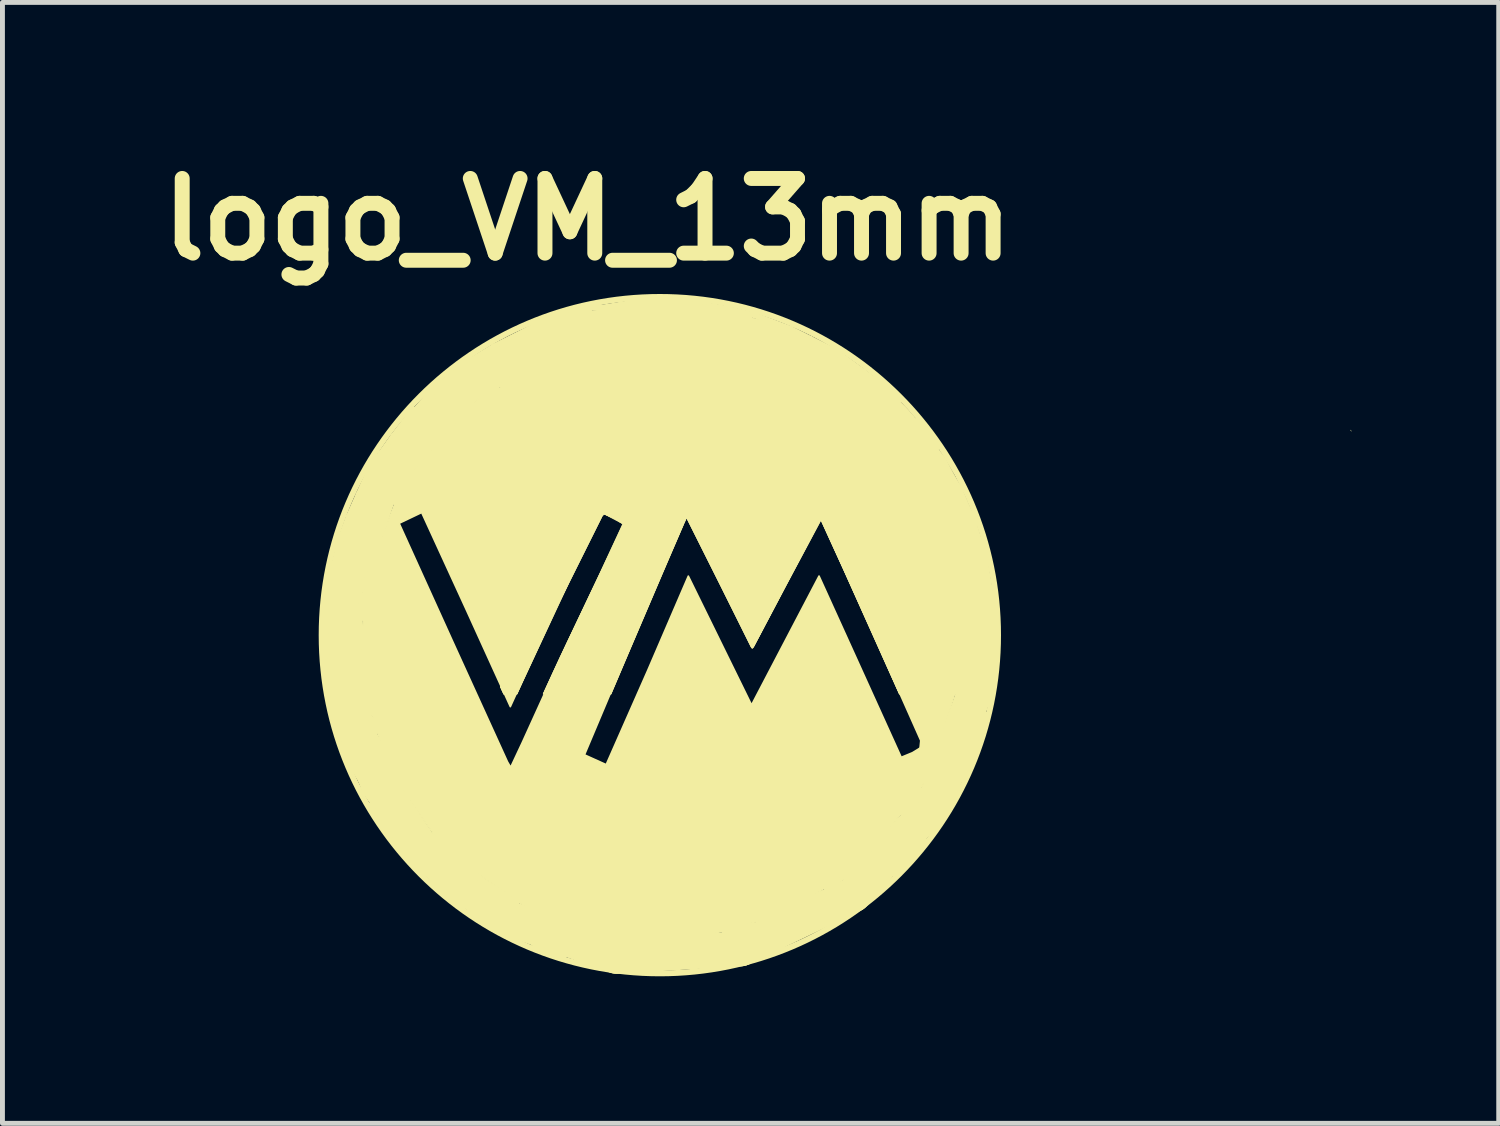
<source format=kicad_pcb>
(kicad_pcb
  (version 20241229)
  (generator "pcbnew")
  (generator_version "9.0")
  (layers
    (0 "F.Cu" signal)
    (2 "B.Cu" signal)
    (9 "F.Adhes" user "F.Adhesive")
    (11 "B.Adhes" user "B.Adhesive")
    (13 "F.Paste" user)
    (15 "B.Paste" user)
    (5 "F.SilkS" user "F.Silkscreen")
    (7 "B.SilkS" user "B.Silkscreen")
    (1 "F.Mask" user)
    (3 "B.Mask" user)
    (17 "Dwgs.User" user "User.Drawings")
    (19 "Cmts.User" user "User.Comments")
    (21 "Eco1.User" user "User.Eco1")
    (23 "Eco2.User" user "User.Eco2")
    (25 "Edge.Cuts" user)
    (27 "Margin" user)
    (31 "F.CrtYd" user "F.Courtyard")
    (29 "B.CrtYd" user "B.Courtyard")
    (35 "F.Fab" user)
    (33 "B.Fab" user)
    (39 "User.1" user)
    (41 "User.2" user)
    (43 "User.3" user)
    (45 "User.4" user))
  (footprint "logo_VM_13mm"
    (layer "F.Cu")
    (at 3.251 2.823)
    (property "Reference" "logo_VM_13mm" (at 5.69 -1.397 0) (layer "F.SilkS") (effects (font (size 1.524 1.524) (thickness 0.305))))
    (attr exclude_from_pos_files exclude_from_bom)
    (fp_line (start 0.33 6.985) (end 0.356 7.29) (stroke (width 0.12) (type solid)) (layer "F.SilkS"))
    (fp_line (start 0.356 7.29) (end 0.381 7.671) (stroke (width 0.12) (type solid)) (layer "F.SilkS"))
    (fp_line (start 0.381 7.671) (end 0.406 8.052) (stroke (width 0.12) (type solid)) (layer "F.SilkS"))
    (fp_line (start 0.406 6.045) (end 0.33 6.985) (stroke (width 0.12) (type solid)) (layer "F.SilkS"))
    (fp_line (start 0.406 7.036) (end 0.457 7.95) (stroke (width 0.12) (type solid)) (layer "F.SilkS"))
    (fp_line (start 0.406 8.052) (end 0.508 8.534) (stroke (width 0.12) (type solid)) (layer "F.SilkS"))
    (fp_line (start 0.432 5.994) (end 0.406 6.045) (stroke (width 0.12) (type solid)) (layer "F.SilkS"))
    (fp_line (start 0.432 7.01) (end 0.406 6.934) (stroke (width 0.12) (type solid)) (layer "F.SilkS"))
    (fp_line (start 0.432 8.077) (end 0.457 8.077) (stroke (width 0.12) (type solid)) (layer "F.SilkS"))
    (fp_line (start 0.483 5.791) (end 0.432 5.994) (stroke (width 0.12) (type solid)) (layer "F.SilkS"))
    (fp_line (start 0.483 7.976) (end 0.483 8.001) (stroke (width 0.12) (type solid)) (layer "F.SilkS"))
    (fp_line (start 0.508 8.534) (end 0.762 9.5) (stroke (width 0.12) (type solid)) (layer "F.SilkS"))
    (fp_line (start 0.559 5.563) (end 0.787 4.978) (stroke (width 0.12) (type solid)) (layer "F.SilkS"))
    (fp_line (start 0.635 5.156) (end 0.483 5.791) (stroke (width 0.12) (type solid)) (layer "F.SilkS"))
    (fp_line (start 0.708 6.264) (end 0.862 8.807) (stroke (width 0.719) (type solid)) (layer "F.SilkS"))
    (fp_line (start 0.762 9.5) (end 0.889 9.754) (stroke (width 0.12) (type solid)) (layer "F.SilkS"))
    (fp_line (start 0.813 4.674) (end 0.635 5.156) (stroke (width 0.12) (type solid)) (layer "F.SilkS"))
    (fp_line (start 0.813 4.953) (end 0.787 4.877) (stroke (width 0.12) (type solid)) (layer "F.SilkS"))
    (fp_line (start 0.862 8.807) (end 1.965 11.103) (stroke (width 0.719) (type solid)) (layer "F.SilkS"))
    (fp_line (start 0.889 9.754) (end 1.067 10.058) (stroke (width 0.12) (type solid)) (layer "F.SilkS"))
    (fp_line (start 0.914 4.623) (end 0.813 4.953) (stroke (width 0.12) (type solid)) (layer "F.SilkS"))
    (fp_line (start 0.965 8.255) (end 1.397 9.042) (stroke (width 0.12) (type solid)) (layer "F.SilkS"))
    (fp_line (start 1.016 4.216) (end 0.813 4.674) (stroke (width 0.12) (type solid)) (layer "F.SilkS"))
    (fp_line (start 1.067 10.058) (end 1.143 10.262) (stroke (width 0.12) (type solid)) (layer "F.SilkS"))
    (fp_line (start 1.092 4.166) (end 1.041 4.242) (stroke (width 0.12) (type solid)) (layer "F.SilkS"))
    (fp_line (start 1.092 6.731) (end 1.067 6.274) (stroke (width 0.12) (type solid)) (layer "F.SilkS"))
    (fp_line (start 1.143 8.204) (end 1.27 8.661) (stroke (width 0.12) (type solid)) (layer "F.SilkS"))
    (fp_line (start 1.143 10.262) (end 1.346 10.566) (stroke (width 0.12) (type solid)) (layer "F.SilkS"))
    (fp_line (start 1.168 6.071) (end 1.092 6.731) (stroke (width 0.12) (type solid)) (layer "F.SilkS"))
    (fp_line (start 1.194 4.089) (end 0.914 4.547) (stroke (width 0.12) (type solid)) (layer "F.SilkS"))
    (fp_line (start 1.27 10.566) (end 1.422 10.795) (stroke (width 0.12) (type solid)) (layer "F.SilkS"))
    (fp_line (start 1.295 3.607) (end 1.016 4.216) (stroke (width 0.12) (type solid)) (layer "F.SilkS"))
    (fp_line (start 1.346 10.566) (end 1.27 10.566) (stroke (width 0.12) (type solid)) (layer "F.SilkS"))
    (fp_line (start 1.422 10.795) (end 2.235 11.836) (stroke (width 0.12) (type solid)) (layer "F.SilkS"))
    (fp_line (start 1.473 3.378) (end 1.295 3.607) (stroke (width 0.12) (type solid)) (layer "F.SilkS"))
    (fp_line (start 1.552 3.86) (end 0.708 6.264) (stroke (width 0.719) (type solid)) (layer "F.SilkS"))
    (fp_line (start 1.6 3.251) (end 1.6 3.302) (stroke (width 0.12) (type solid)) (layer "F.SilkS"))
    (fp_line (start 1.6 3.302) (end 2.235 2.489) (stroke (width 0.12) (type solid)) (layer "F.SilkS"))
    (fp_line (start 1.626 3.226) (end 1.6 3.251) (stroke (width 0.12) (type solid)) (layer "F.SilkS"))
    (fp_line (start 1.676 3.175) (end 1.626 3.226) (stroke (width 0.12) (type solid)) (layer "F.SilkS"))
    (fp_line (start 1.727 3.023) (end 1.473 3.378) (stroke (width 0.12) (type solid)) (layer "F.SilkS"))
    (fp_line (start 1.778 3.048) (end 1.676 3.175) (stroke (width 0.12) (type solid)) (layer "F.SilkS"))
    (fp_line (start 1.88 2.946) (end 1.778 3.048) (stroke (width 0.12) (type solid)) (layer "F.SilkS"))
    (fp_line (start 1.88 10.287) (end 2.438 11.1) (stroke (width 0.12) (type solid)) (layer "F.SilkS"))
    (fp_line (start 1.905 2.87) (end 1.88 2.946) (stroke (width 0.12) (type solid)) (layer "F.SilkS"))
    (fp_line (start 1.965 11.103) (end 3.872 12.793) (stroke (width 0.719) (type solid)) (layer "F.SilkS"))
    (fp_line (start 1.981 2.819) (end 1.905 2.87) (stroke (width 0.12) (type solid)) (layer "F.SilkS"))
    (fp_line (start 1.981 3.861) (end 1.753 4.369) (stroke (width 0.12) (type solid)) (layer "F.SilkS"))
    (fp_line (start 2.057 2.718) (end 1.981 2.819) (stroke (width 0.12) (type solid)) (layer "F.SilkS"))
    (fp_line (start 2.134 2.489) (end 1.727 3.023) (stroke (width 0.12) (type solid)) (layer "F.SilkS"))
    (fp_line (start 2.159 2.515) (end 2.134 2.489) (stroke (width 0.12) (type solid)) (layer "F.SilkS"))
    (fp_line (start 2.21 2.591) (end 2.057 2.718) (stroke (width 0.12) (type solid)) (layer "F.SilkS"))
    (fp_line (start 2.235 2.489) (end 4.623 3.099) (stroke (width 0.12) (type solid)) (layer "F.SilkS"))
    (fp_line (start 2.235 11.836) (end 2.464 11.989) (stroke (width 0.12) (type solid)) (layer "F.SilkS"))
    (fp_line (start 2.367 3.17) (end 2.314 3.161) (stroke (width 0.265) (type solid)) (layer "F.SilkS"))
    (fp_line (start 2.388 2.362) (end 2.21 2.591) (stroke (width 0.12) (type solid)) (layer "F.SilkS"))
    (fp_line (start 2.464 11.989) (end 2.616 12.167) (stroke (width 0.12) (type solid)) (layer "F.SilkS"))
    (fp_line (start 2.515 2.108) (end 2.159 2.515) (stroke (width 0.12) (type solid)) (layer "F.SilkS"))
    (fp_line (start 2.525 3.179) (end 2.367 3.17) (stroke (width 0.265) (type solid)) (layer "F.SilkS"))
    (fp_line (start 2.616 2.108) (end 2.388 2.362) (stroke (width 0.12) (type solid)) (layer "F.SilkS"))
    (fp_line (start 2.616 12.167) (end 2.718 12.243) (stroke (width 0.12) (type solid)) (layer "F.SilkS"))
    (fp_line (start 2.718 12.243) (end 3.099 12.573) (stroke (width 0.12) (type solid)) (layer "F.SilkS"))
    (fp_line (start 2.946 1.753) (end 2.515 2.108) (stroke (width 0.12) (type solid)) (layer "F.SilkS"))
    (fp_line (start 3.099 12.573) (end 4.242 12.979) (stroke (width 0.12) (type solid)) (layer "F.SilkS"))
    (fp_line (start 3.2 1.549) (end 2.946 1.753) (stroke (width 0.12) (type solid)) (layer "F.SilkS"))
    (fp_line (start 3.242 1.954) (end 1.552 3.86) (stroke (width 0.719) (type solid)) (layer "F.SilkS"))
    (fp_line (start 3.302 11.938) (end 4.242 12.548) (stroke (width 0.12) (type solid)) (layer "F.SilkS"))
    (fp_line (start 3.382 3.329) (end 2.525 3.179) (stroke (width 0.265) (type solid)) (layer "F.SilkS"))
    (fp_line (start 3.454 1.448) (end 2.616 2.108) (stroke (width 0.12) (type solid)) (layer "F.SilkS"))
    (fp_line (start 3.531 1.372) (end 3.454 1.448) (stroke (width 0.12) (type solid)) (layer "F.SilkS"))
    (fp_line (start 3.556 1.422) (end 3.531 1.372) (stroke (width 0.12) (type solid)) (layer "F.SilkS"))
    (fp_line (start 3.658 1.321) (end 3.556 1.422) (stroke (width 0.12) (type solid)) (layer "F.SilkS"))
    (fp_line (start 3.708 1.346) (end 3.658 1.321) (stroke (width 0.12) (type solid)) (layer "F.SilkS"))
    (fp_line (start 3.746 2.947) (end 2.797 2.947) (stroke (width 0.265) (type solid)) (layer "F.SilkS"))
    (fp_line (start 3.785 1.194) (end 3.2 1.549) (stroke (width 0.12) (type solid)) (layer "F.SilkS"))
    (fp_line (start 3.872 12.793) (end 6.275 13.637) (stroke (width 0.719) (type solid)) (layer "F.SilkS"))
    (fp_line (start 4.044 2.631) (end 2.623 2.384) (stroke (width 0.265) (type solid)) (layer "F.SilkS"))
    (fp_line (start 4.064 1.168) (end 3.708 1.346) (stroke (width 0.12) (type solid)) (layer "F.SilkS"))
    (fp_line (start 4.242 12.979) (end 4.648 13.437) (stroke (width 0.12) (type solid)) (layer "F.SilkS"))
    (fp_line (start 4.471 2.223) (end 3.422 2.123) (stroke (width 0.265) (type solid)) (layer "F.SilkS"))
    (fp_line (start 4.597 0.787) (end 3.785 1.194) (stroke (width 0.12) (type solid)) (layer "F.SilkS"))
    (fp_line (start 4.648 13.437) (end 5.207 13.614) (stroke (width 0.12) (type solid)) (layer "F.SilkS"))
    (fp_line (start 5.207 13.614) (end 6.629 13.208) (stroke (width 0.12) (type solid)) (layer "F.SilkS"))
    (fp_line (start 5.283 0.508) (end 4.597 0.787) (stroke (width 0.12) (type solid)) (layer "F.SilkS"))
    (fp_line (start 5.495 2.747) (end 3.422 2.123) (stroke (width 0.265) (type solid)) (layer "F.SilkS"))
    (fp_line (start 5.538 0.85) (end 3.242 1.954) (stroke (width 0.719) (type solid)) (layer "F.SilkS"))
    (fp_line (start 5.639 13.005) (end 6.401 13.259) (stroke (width 0.12) (type solid)) (layer "F.SilkS"))
    (fp_line (start 5.715 0.406) (end 5.715 0.457) (stroke (width 0.12) (type solid)) (layer "F.SilkS"))
    (fp_line (start 5.715 0.457) (end 5.283 0.508) (stroke (width 0.12) (type solid)) (layer "F.SilkS"))
    (fp_line (start 5.969 0.406) (end 5.715 0.406) (stroke (width 0.12) (type solid)) (layer "F.SilkS"))
    (fp_line (start 6.275 13.637) (end 8.818 13.484) (stroke (width 0.719) (type solid)) (layer "F.SilkS"))
    (fp_line (start 6.629 13.208) (end 7.569 13.437) (stroke (width 0.12) (type solid)) (layer "F.SilkS"))
    (fp_line (start 6.934 0.254) (end 5.969 0.406) (stroke (width 0.12) (type solid)) (layer "F.SilkS"))
    (fp_line (start 7.671 0.279) (end 6.934 0.254) (stroke (width 0.12) (type solid)) (layer "F.SilkS"))
    (fp_line (start 7.849 0.279) (end 7.899 0.33) (stroke (width 0.12) (type solid)) (layer "F.SilkS"))
    (fp_line (start 7.899 0.33) (end 7.671 0.279) (stroke (width 0.12) (type solid)) (layer "F.SilkS"))
    (fp_line (start 8.081 0.697) (end 5.538 0.85) (stroke (width 0.719) (type solid)) (layer "F.SilkS"))
    (fp_line (start 8.128 0.356) (end 7.849 0.279) (stroke (width 0.12) (type solid)) (layer "F.SilkS"))
    (fp_line (start 8.179 13.081) (end 9.22 13.005) (stroke (width 0.12) (type solid)) (layer "F.SilkS"))
    (fp_line (start 8.534 0.483) (end 8.992 0.61) (stroke (width 0.12) (type solid)) (layer "F.SilkS"))
    (fp_line (start 8.56 0.432) (end 8.128 0.356) (stroke (width 0.12) (type solid)) (layer "F.SilkS"))
    (fp_line (start 8.818 13.484) (end 11.115 12.38) (stroke (width 0.719) (type solid)) (layer "F.SilkS"))
    (fp_line (start 8.865 13.106) (end 8.484 13.132) (stroke (width 0.12) (type solid)) (layer "F.SilkS"))
    (fp_line (start 9.093 0.559) (end 8.56 0.432) (stroke (width 0.12) (type solid)) (layer "F.SilkS"))
    (fp_line (start 9.83 0.838) (end 9.093 0.559) (stroke (width 0.12) (type solid)) (layer "F.SilkS"))
    (fp_line (start 10.236 1.041) (end 9.83 0.838) (stroke (width 0.12) (type solid)) (layer "F.SilkS"))
    (fp_line (start 10.485 1.541) (end 8.081 0.697) (stroke (width 0.719) (type solid)) (layer "F.SilkS"))
    (fp_line (start 10.795 1.321) (end 10.236 1.041) (stroke (width 0.12) (type solid)) (layer "F.SilkS"))
    (fp_line (start 11.1 11.887) (end 10.566 12.243) (stroke (width 0.12) (type solid)) (layer "F.SilkS"))
    (fp_line (start 11.115 12.38) (end 12.805 10.474) (stroke (width 0.719) (type solid)) (layer "F.SilkS"))
    (fp_line (start 11.303 1.702) (end 10.744 1.295) (stroke (width 0.12) (type solid)) (layer "F.SilkS"))
    (fp_line (start 11.963 11.963) (end 12.065 11.811) (stroke (width 0.12) (type solid)) (layer "F.SilkS"))
    (fp_line (start 12.065 2.286) (end 11.303 1.702) (stroke (width 0.12) (type solid)) (layer "F.SilkS"))
    (fp_line (start 12.065 11.811) (end 12.395 11.455) (stroke (width 0.12) (type solid)) (layer "F.SilkS"))
    (fp_line (start 12.09 10.693) (end 12.421 10.338) (stroke (width 0.12) (type solid)) (layer "F.SilkS"))
    (fp_line (start 12.192 10.617) (end 12.09 10.693) (stroke (width 0.12) (type solid)) (layer "F.SilkS"))
    (fp_line (start 12.268 10.643) (end 12.294 10.414) (stroke (width 0.12) (type solid)) (layer "F.SilkS"))
    (fp_line (start 12.391 3.231) (end 10.485 1.541) (stroke (width 0.719) (type solid)) (layer "F.SilkS"))
    (fp_line (start 12.395 11.455) (end 12.548 11.303) (stroke (width 0.12) (type solid)) (layer "F.SilkS"))
    (fp_line (start 12.421 10.338) (end 12.852 6.02) (stroke (width 0.12) (type solid)) (layer "F.SilkS"))
    (fp_line (start 12.548 11.303) (end 12.522 10.998) (stroke (width 0.12) (type solid)) (layer "F.SilkS"))
    (fp_line (start 12.624 10.109) (end 12.268 10.643) (stroke (width 0.12) (type solid)) (layer "F.SilkS"))
    (fp_line (start 12.805 10.474) (end 13.648 8.07) (stroke (width 0.719) (type solid)) (layer "F.SilkS"))
    (fp_line (start 12.827 3.251) (end 12.395 2.718) (stroke (width 0.12) (type solid)) (layer "F.SilkS"))
    (fp_line (start 13.335 10.033) (end 13.386 9.906) (stroke (width 0.12) (type solid)) (layer "F.SilkS"))
    (fp_line (start 13.386 9.906) (end 13.513 9.627) (stroke (width 0.12) (type solid)) (layer "F.SilkS"))
    (fp_line (start 13.495 5.527) (end 12.391 3.231) (stroke (width 0.719) (type solid)) (layer "F.SilkS"))
    (fp_line (start 13.513 9.627) (end 13.589 9.398) (stroke (width 0.12) (type solid)) (layer "F.SilkS"))
    (fp_line (start 13.589 9.398) (end 13.64 9.22) (stroke (width 0.12) (type solid)) (layer "F.SilkS"))
    (fp_line (start 13.64 9.22) (end 13.691 9.042) (stroke (width 0.12) (type solid)) (layer "F.SilkS"))
    (fp_line (start 13.648 8.07) (end 13.495 5.527) (stroke (width 0.719) (type solid)) (layer "F.SilkS"))
    (fp_line (start 13.691 9.042) (end 13.818 8.712) (stroke (width 0.12) (type solid)) (layer "F.SilkS"))
    (fp_line (start 13.818 8.712) (end 13.564 8.763) (stroke (width 0.12) (type solid)) (layer "F.SilkS"))
    (fp_circle (center 7.163 7.087) (end 12.217 11.786) (stroke (width 0.12) (type solid)) (fill no) (layer "F.SilkS"))
    (fp_poly (pts (xy 21.256 2.915) (xy 21.261 2.894) (xy 21.28 2.935) (xy 21.256 2.915)) (stroke (width 0) (type solid)) (fill yes) (layer "F.SilkS"))
    (fp_poly (pts (xy 3.944 8.222) (xy 3.912 8.152) (xy 3.912 4.627) (xy 3.912 1.102) (xy 4.004 1.054) (xy 4.717 0.737) (xy 5.254 0.557) (xy 6.847 0.287) (xy 7.549 0.287) (xy 9.701 0.759) (xy 11.614 1.902) (xy 12.173 2.427) (xy 13.004 3.488) (xy 13.618 4.727) (xy 14.059 6.825) (xy 14.049 7.718) (xy 13.994 8.195) (xy 13.98 8.289) (xy 13.015 8.29) (xy 12.05 8.292) (xy 11.929 8.022) (xy 10.909 5.747) (xy 10.45 4.744) (xy 9.763 6.029) (xy 9.072 7.335) (xy 9.025 7.333) (xy 8.404 6.082) (xy 7.709 4.695) (xy 7.659 4.8) (xy 7.194 5.883) (xy 6.581 7.318) (xy 6.204 8.205) (xy 6.168 8.289) (xy 5.473 8.291) (xy 4.782 8.284) (xy 5.122 7.543) (xy 5.932 5.838) (xy 6.406 4.816) (xy 6.031 4.617) (xy 5.985 4.659) (xy 5.32 5.991) (xy 4.362 8.042) (xy 4.25 8.289) (xy 4.113 8.291) (xy 3.976 8.292) (xy 3.944 8.222)) (stroke (width 0.012) (type solid)) (fill yes) (layer "F.SilkS"))
    (fp_poly (pts (xy 6.74 13.316) (xy 6.916 7.806) (xy 7.744 5.882) (xy 8.389 7.197) (xy 9.034 8.512) (xy 9.722 7.197) (xy 10.411 5.881) (xy 11.249 7.728) (xy 12.088 9.58) (xy 12.318 9.485) (xy 12.537 9.35) (xy 11.501 7.019) (xy 10.449 4.694) (xy 9.749 6.014) (xy 9.05 7.347) (xy 8.379 5.987) (xy 7.708 4.64) (xy 7.16 5.912) (xy 6.161 8.256) (xy 5.625 9.529) (xy 6.068 9.729) (xy 6.916 7.806) (xy 6.74 13.316) (xy 4.611 12.761) (xy 4.361 9.267) (xy 5.279 7.246) (xy 6.107 5.521) (xy 6.435 4.801) (xy 6.21 4.679) (xy 5.993 4.595) (xy 5.608 5.36) (xy 5.046 6.518) (xy 4.415 7.88) (xy 4.112 8.546) (xy 3.215 6.573) (xy 2.303 4.585) (xy 1.843 4.805) (xy 2.927 7.197) (xy 3.703 8.901) (xy 4.055 9.674) (xy 4.119 9.783) (xy 4.361 9.267) (xy 4.611 12.761) (xy 2.806 11.504) (xy 1.652 9.882) (xy 1.076 7.984) (xy 1.131 5.985) (xy 1.946 3.93) (xy 3.417 2.288) (xy 5.627 1.211) (xy 8.08 1.07) (xy 9.935 1.665) (xy 11.542 2.826) (xy 12.725 4.494) (xy 13.301 6.499) (xy 13.301 7.885) (xy 12.659 9.969) (xy 11.338 11.709) (xy 9.741 12.762) (xy 7.85 13.289) (xy 6.74 13.316) (xy 6.74 13.316)) (stroke (width 0.033) (type solid)) (fill yes) (layer "F.SilkS"))
    (fp_poly (pts (xy 3.946 8.22) (xy 3.912 8.147) (xy 3.912 4.627) (xy 3.912 1.106) (xy 3.999 1.876) (xy 3.987 1.879) (xy 3.974 1.889) (xy 3.987 1.886) (xy 3.999 1.876) (xy 3.912 1.106) (xy 3.991 1.064) (xy 4.043 1.851) (xy 4.024 1.858) (xy 4.006 1.87) (xy 4.024 1.864) (xy 4.043 1.851) (xy 3.991 1.064) (xy 4.699 0.746) (xy 4.074 1.832) (xy 4.062 1.836) (xy 4.049 1.846) (xy 4.062 1.842) (xy 4.074 1.832) (xy 4.699 0.746) (xy 5.266 0.556) (xy 4.118 1.807) (xy 4.099 1.814) (xy 4.08 1.827) (xy 4.099 1.82) (xy 4.118 1.807) (xy 5.266 0.556) (xy 7.525 0.289) (xy 4.174 1.776) (xy 4.155 1.783) (xy 4.218 1.748) (xy 4.193 1.764) (xy 4.218 1.755) (xy 4.499 1.611) (xy 4.514 1.599) (xy 4.592 1.567) (xy 4.596 1.561) (xy 4.58 1.567) (xy 4.577 1.573) (xy 4.592 1.567) (xy 4.514 1.599) (xy 4.486 1.611) (xy 4.471 1.623) (xy 4.499 1.611) (xy 4.218 1.755) (xy 4.243 1.739) (xy 4.262 1.727) (xy 4.318 1.701) (xy 4.374 1.67) (xy 4.449 1.63) (xy 4.434 1.642) (xy 4.452 1.632) (xy 4.452 1.632) (xy 4.449 1.63) (xy 4.374 1.67) (xy 4.318 1.695) (xy 4.262 1.727) (xy 4.243 1.739) (xy 4.218 1.748) (xy 4.155 1.783) (xy 4.137 1.795) (xy 4.155 1.789) (xy 4.174 1.776) (xy 7.525 0.289) (xy 9.722 0.771) (xy 7.042 0.995) (xy 7.023 0.995) (xy 7.031 0.998) (xy 7.042 0.995) (xy 9.722 0.771) (xy 11.744 2.015) (xy 10.075 1.72) (xy 10.056 1.708) (xy 10.054 1.714) (xy 10.075 1.72) (xy 11.744 2.015) (xy 12.35 2.619) (xy 10.156 1.764) (xy 10.137 1.751) (xy 10.136 1.757) (xy 10.156 1.764) (xy 12.35 2.619) (xy 13.325 4.065) (xy 11.712 2.974) (xy 11.27 2.545) (xy 10.459 1.941) (xy 10.371 1.89) (xy 10.49 1.968) (xy 11.65 2.918) (xy 11.712 2.974) (xy 13.325 4.065) (xy 13.814 5.335) (xy 10.212 1.795) (xy 10.193 1.783) (xy 10.237 1.808) (xy 10.235 1.813) (xy 10.256 1.82) (xy 10.265 1.824) (xy 10.314 1.859) (xy 10.362 1.883) (xy 10.265 1.824) (xy 10.256 1.82) (xy 10.237 1.808) (xy 10.193 1.783) (xy 10.192 1.788) (xy 10.212 1.795) (xy 13.814 5.335) (xy 14.05 6.7) (xy 14.05 7.674) (xy 13.983 8.253) (xy 13.976 8.292) (xy 13.014 8.29) (xy 12.051 8.289) (xy 11.846 7.83) (xy 10.956 5.845) (xy 10.464 4.763) (xy 10.447 4.733) (xy 9.719 6.107) (xy 9.078 7.323) (xy 9.046 7.354) (xy 8.524 6.319) (xy 7.707 4.688) (xy 7.318 5.584) (xy 6.422 7.685) (xy 6.164 8.292) (xy 5.472 8.292) (xy 4.781 8.292) (xy 4.801 8.247) (xy 4.975 7.867) (xy 5.991 5.723) (xy 6.416 4.824) (xy 6.238 4.712) (xy 6.012 4.609) (xy 5.122 6.397) (xy 4.305 8.162) (xy 4.246 8.292) (xy 4.113 8.292) (xy 3.98 8.292) (xy 3.959 1.901) (xy 3.971 1.891) (xy 3.959 1.897) (xy 3.934 1.914) (xy 3.921 1.924) (xy 3.934 1.918) (xy 3.959 1.901) (xy 3.98 8.292) (xy 3.946 8.22) (xy 3.946 8.22)) (stroke (width 0.012) (type solid)) (fill yes) (layer "F.SilkS")))
  (gr_rect
    (start -3 -3)
    (end 27.531 19.871)
    (stroke (width 0.1) (type default))
    (fill no)
    (layer "Edge.Cuts")))
</source>
